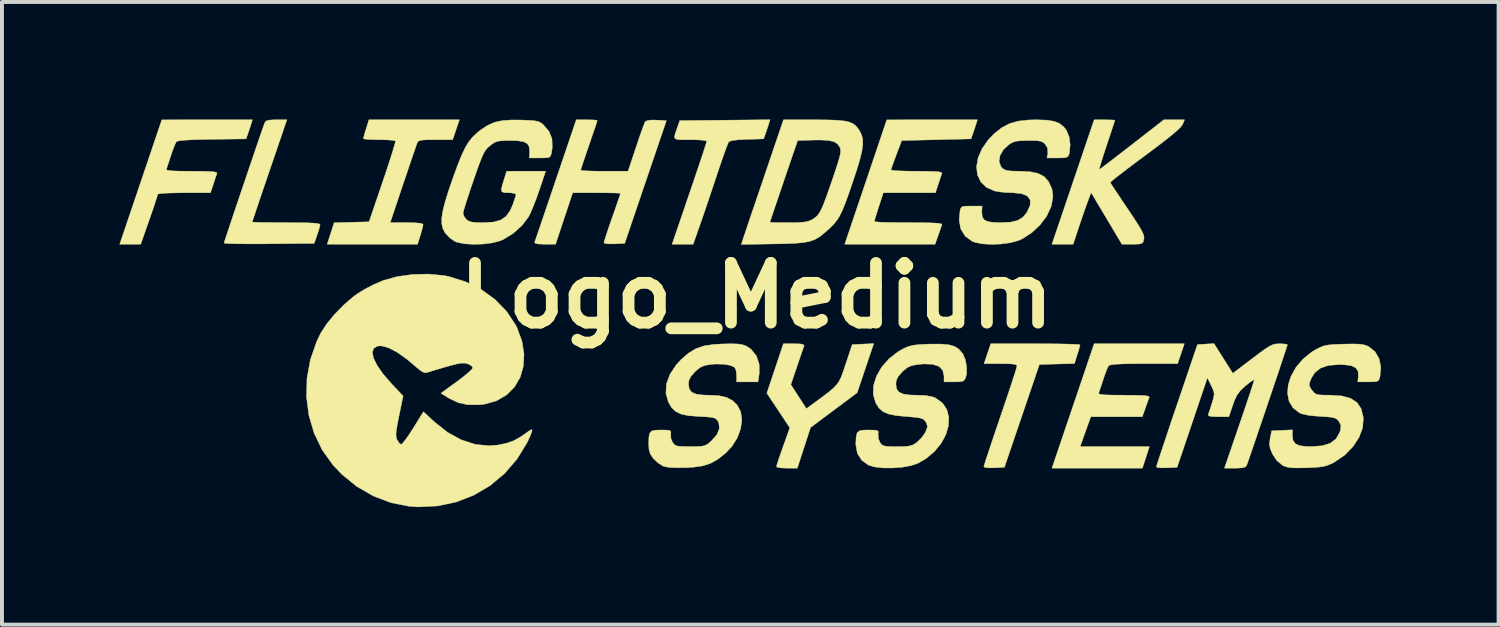
<source format=kicad_pcb>
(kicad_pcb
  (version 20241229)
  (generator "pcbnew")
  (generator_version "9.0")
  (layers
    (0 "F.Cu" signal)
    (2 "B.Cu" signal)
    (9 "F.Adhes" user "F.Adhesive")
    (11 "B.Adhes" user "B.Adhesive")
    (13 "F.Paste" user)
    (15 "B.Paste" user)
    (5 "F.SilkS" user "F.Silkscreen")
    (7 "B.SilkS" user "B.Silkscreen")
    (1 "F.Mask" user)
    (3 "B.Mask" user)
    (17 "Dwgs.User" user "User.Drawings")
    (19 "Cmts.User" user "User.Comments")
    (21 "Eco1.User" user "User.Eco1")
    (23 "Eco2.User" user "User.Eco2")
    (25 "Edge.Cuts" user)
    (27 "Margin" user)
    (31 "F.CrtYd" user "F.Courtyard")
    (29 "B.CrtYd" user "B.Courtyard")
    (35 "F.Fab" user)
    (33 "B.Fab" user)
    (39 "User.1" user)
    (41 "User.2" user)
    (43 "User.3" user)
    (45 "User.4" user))
  (footprint "Logo_Medium"
    (layer "F.Cu")
    (at 16.256 4.494)
    (property "Reference" "Logo_Medium" (at 0 0 0) (layer "F.SilkS") (effects (font (size 1.524 1.524) (thickness 0.3))))
    (attr through_hole)
    (fp_poly (pts (xy 2.779 1.85) (xy 2.568 2.477) (xy 1.973 2.921) (xy 1.378 3.365) (xy 1.04 4.403) (xy 0.774 4.403) (xy 0.636 4.397) (xy 0.54 4.382) (xy 0.508 4.364) (xy 0.522 4.311) (xy 0.558 4.195) (xy 0.613 4.035) (xy 0.679 3.849) (xy 0.849 3.372) (xy 0.556 2.931) (xy 0.263 2.489) (xy 0.474 1.858) (xy 0.685 1.228) (xy 0.96 1.228) (xy 1.115 1.232) (xy 1.196 1.248) (xy 1.215 1.276) (xy 1.213 1.281) (xy 1.192 1.34) (xy 1.15 1.461) (xy 1.093 1.627) (xy 1.034 1.802) (xy 0.875 2.271) (xy 1.272 2.884) (xy 1.451 2.753) (xy 1.674 2.589) (xy 1.841 2.463) (xy 1.962 2.36) (xy 2.049 2.268) (xy 2.113 2.174) (xy 2.166 2.062) (xy 2.217 1.921) (xy 2.274 1.75) (xy 2.441 1.249) (xy 2.99 1.224) (xy 2.779 1.85)) (stroke (width 0.01) (type solid)) (fill yes) (layer "F.SilkS"))
    (fp_poly (pts (xy 7.417 1.229) (xy 7.687 1.231) (xy 7.918 1.236) (xy 8.096 1.241) (xy 8.212 1.248) (xy 8.255 1.255) (xy 8.255 1.256) (xy 8.243 1.309) (xy 8.213 1.415) (xy 8.184 1.508) (xy 8.113 1.733) (xy 7.666 1.745) (xy 7.218 1.757) (xy 6.771 3.069) (xy 6.325 4.381) (xy 6.062 4.394) (xy 5.922 4.395) (xy 5.828 4.384) (xy 5.8 4.366) (xy 5.813 4.317) (xy 5.85 4.199) (xy 5.909 4.02) (xy 5.985 3.791) (xy 6.075 3.523) (xy 6.176 3.225) (xy 6.223 3.088) (xy 6.328 2.779) (xy 6.424 2.495) (xy 6.506 2.245) (xy 6.573 2.041) (xy 6.62 1.891) (xy 6.644 1.807) (xy 6.646 1.793) (xy 6.627 1.766) (xy 6.562 1.748) (xy 6.437 1.739) (xy 6.242 1.736) (xy 6.226 1.736) (xy 5.805 1.736) (xy 5.977 1.228) (xy 7.116 1.228) (xy 7.417 1.229)) (stroke (width 0.01) (type solid)) (fill yes) (layer "F.SilkS"))
    (fp_poly (pts (xy 10.831 1.482) (xy 10.745 1.736) (xy 9.886 1.736) (xy 9.57 1.737) (xy 9.331 1.742) (xy 9.16 1.751) (xy 9.051 1.764) (xy 8.994 1.781) (xy 8.985 1.789) (xy 8.952 1.853) (xy 8.904 1.974) (xy 8.851 2.125) (xy 8.847 2.138) (xy 8.797 2.29) (xy 8.756 2.414) (xy 8.732 2.484) (xy 8.731 2.487) (xy 8.742 2.508) (xy 8.8 2.523) (xy 8.914 2.533) (xy 9.092 2.538) (xy 9.345 2.54) (xy 9.377 2.54) (xy 9.638 2.542) (xy 9.824 2.547) (xy 9.944 2.556) (xy 10.007 2.57) (xy 10.023 2.59) (xy 10.022 2.593) (xy 9.997 2.66) (xy 9.955 2.777) (xy 9.923 2.868) (xy 9.844 3.09) (xy 8.529 3.09) (xy 8.393 3.471) (xy 8.258 3.852) (xy 10.025 3.852) (xy 9.936 4.128) (xy 9.846 4.403) (xy 7.538 4.403) (xy 8.077 2.815) (xy 8.615 1.228) (xy 9.766 1.228) (xy 10.916 1.228) (xy 10.831 1.482)) (stroke (width 0.01) (type solid)) (fill yes) (layer "F.SilkS"))
    (fp_poly (pts (xy 0.315 -4.393) (xy 0.28 -4.286) (xy 0.236 -4.157) (xy 0.233 -4.149) (xy 0.182 -4) (xy -0.244 -3.988) (xy -0.466 -3.977) (xy -0.622 -3.957) (xy -0.703 -3.931) (xy -0.71 -3.925) (xy -0.735 -3.87) (xy -0.782 -3.748) (xy -0.845 -3.572) (xy -0.92 -3.355) (xy -1.003 -3.109) (xy -1.016 -3.069) (xy -1.112 -2.782) (xy -1.212 -2.484) (xy -1.308 -2.199) (xy -1.393 -1.951) (xy -1.45 -1.789) (xy -1.617 -1.312) (xy -2.155 -1.312) (xy -1.713 -2.608) (xy -1.605 -2.923) (xy -1.508 -3.212) (xy -1.422 -3.467) (xy -1.353 -3.677) (xy -1.303 -3.832) (xy -1.275 -3.922) (xy -1.27 -3.941) (xy -1.309 -3.957) (xy -1.415 -3.97) (xy -1.571 -3.978) (xy -1.696 -3.979) (xy -1.894 -3.978) (xy -2.018 -3.983) (xy -2.081 -4.007) (xy -2.094 -4.061) (xy -2.068 -4.158) (xy -2.014 -4.31) (xy -2.011 -4.318) (xy -1.96 -4.466) (xy -0.808 -4.477) (xy 0.345 -4.489) (xy 0.315 -4.393)) (stroke (width 0.01) (type solid)) (fill yes) (layer "F.SilkS"))
    (fp_poly (pts (xy -7.755 -3.979) (xy -8.191 -3.979) (xy -8.391 -3.978) (xy -8.523 -3.97) (xy -8.601 -3.955) (xy -8.642 -3.93) (xy -8.657 -3.905) (xy -8.679 -3.846) (xy -8.723 -3.718) (xy -8.786 -3.534) (xy -8.864 -3.305) (xy -8.952 -3.044) (xy -9.019 -2.847) (xy -9.349 -1.863) (xy -8.929 -1.863) (xy -8.713 -1.859) (xy -8.577 -1.846) (xy -8.514 -1.825) (xy -8.509 -1.813) (xy -8.521 -1.748) (xy -8.552 -1.632) (xy -8.58 -1.538) (xy -8.651 -1.312) (xy -10.957 -1.312) (xy -10.868 -1.586) (xy -10.779 -1.86) (xy -10.333 -1.872) (xy -9.888 -1.884) (xy -9.542 -2.9) (xy -9.448 -3.178) (xy -9.366 -3.429) (xy -9.298 -3.643) (xy -9.248 -3.808) (xy -9.219 -3.913) (xy -9.215 -3.948) (xy -9.262 -3.961) (xy -9.375 -3.972) (xy -9.534 -3.978) (xy -9.633 -3.979) (xy -9.806 -3.982) (xy -9.941 -3.989) (xy -10.02 -4) (xy -10.033 -4.007) (xy -10.021 -4.06) (xy -9.991 -4.167) (xy -9.962 -4.261) (xy -9.891 -4.487) (xy -7.583 -4.487) (xy -7.755 -3.979)) (stroke (width 0.01) (type solid)) (fill yes) (layer "F.SilkS"))
    (fp_poly (pts (xy -12.894 -4.392) (xy -12.928 -4.286) (xy -12.972 -4.157) (xy -12.975 -4.149) (xy -13.026 -4) (xy -13.896 -3.989) (xy -14.221 -3.983) (xy -14.468 -3.974) (xy -14.643 -3.963) (xy -14.753 -3.948) (xy -14.804 -3.928) (xy -14.807 -3.926) (xy -14.839 -3.861) (xy -14.887 -3.741) (xy -14.94 -3.59) (xy -14.944 -3.577) (xy -14.994 -3.425) (xy -15.035 -3.301) (xy -15.059 -3.231) (xy -15.06 -3.228) (xy -15.049 -3.207) (xy -14.991 -3.192) (xy -14.878 -3.182) (xy -14.699 -3.177) (xy -14.446 -3.175) (xy -14.415 -3.175) (xy -14.153 -3.173) (xy -13.967 -3.168) (xy -13.847 -3.159) (xy -13.784 -3.145) (xy -13.768 -3.125) (xy -13.769 -3.122) (xy -13.792 -3.054) (xy -13.832 -2.936) (xy -13.861 -2.847) (xy -13.934 -2.625) (xy -14.608 -2.625) (xy -14.848 -2.622) (xy -15.046 -2.616) (xy -15.191 -2.606) (xy -15.271 -2.593) (xy -15.282 -2.585) (xy -15.296 -2.534) (xy -15.333 -2.417) (xy -15.388 -2.25) (xy -15.457 -2.048) (xy -15.499 -1.929) (xy -15.715 -1.312) (xy -16.251 -1.312) (xy -15.177 -4.486) (xy -12.864 -4.487) (xy -12.894 -4.392)) (stroke (width 0.01) (type solid)) (fill yes) (layer "F.SilkS"))
    (fp_poly (pts (xy -12.427 -3.193) (xy -12.534 -2.879) (xy -12.632 -2.591) (xy -12.717 -2.34) (xy -12.786 -2.134) (xy -12.837 -1.983) (xy -12.865 -1.897) (xy -12.869 -1.88) (xy -12.829 -1.875) (xy -12.717 -1.87) (xy -12.545 -1.867) (xy -12.326 -1.864) (xy -12.072 -1.863) (xy -12.002 -1.863) (xy -11.695 -1.861) (xy -11.464 -1.858) (xy -11.302 -1.85) (xy -11.199 -1.84) (xy -11.147 -1.824) (xy -11.137 -1.81) (xy -11.152 -1.742) (xy -11.187 -1.626) (xy -11.215 -1.545) (xy -11.289 -1.333) (xy -12.439 -1.322) (xy -12.741 -1.32) (xy -13.014 -1.321) (xy -13.245 -1.323) (xy -13.426 -1.327) (xy -13.544 -1.333) (xy -13.589 -1.34) (xy -13.589 -1.34) (xy -13.576 -1.384) (xy -13.539 -1.497) (xy -13.482 -1.669) (xy -13.409 -1.889) (xy -13.323 -2.146) (xy -13.227 -2.43) (xy -13.126 -2.73) (xy -13.022 -3.035) (xy -12.921 -3.335) (xy -12.824 -3.619) (xy -12.737 -3.876) (xy -12.661 -4.096) (xy -12.602 -4.267) (xy -12.562 -4.38) (xy -12.55 -4.413) (xy -12.517 -4.455) (xy -12.447 -4.478) (xy -12.318 -4.487) (xy -12.253 -4.487) (xy -11.985 -4.487) (xy -12.427 -3.193)) (stroke (width 0.01) (type solid)) (fill yes) (layer "F.SilkS"))
    (fp_poly (pts (xy 5.606 -4.392) (xy 5.571 -4.286) (xy 5.528 -4.157) (xy 5.525 -4.149) (xy 5.474 -4) (xy 4.589 -3.979) (xy 3.704 -3.958) (xy 3.568 -3.598) (xy 3.508 -3.436) (xy 3.461 -3.304) (xy 3.434 -3.222) (xy 3.431 -3.207) (xy 3.47 -3.196) (xy 3.58 -3.187) (xy 3.746 -3.18) (xy 3.953 -3.176) (xy 4.09 -3.175) (xy 4.35 -3.173) (xy 4.535 -3.168) (xy 4.654 -3.159) (xy 4.716 -3.145) (xy 4.732 -3.124) (xy 4.731 -3.122) (xy 4.707 -3.054) (xy 4.668 -2.936) (xy 4.638 -2.847) (xy 4.565 -2.625) (xy 3.235 -2.625) (xy 3.12 -2.273) (xy 3.069 -2.112) (xy 3.029 -1.982) (xy 3.008 -1.904) (xy 3.006 -1.892) (xy 3.046 -1.883) (xy 3.158 -1.875) (xy 3.33 -1.869) (xy 3.55 -1.865) (xy 3.804 -1.863) (xy 3.878 -1.863) (xy 4.183 -1.862) (xy 4.411 -1.858) (xy 4.572 -1.851) (xy 4.673 -1.841) (xy 4.723 -1.827) (xy 4.731 -1.81) (xy 4.707 -1.742) (xy 4.666 -1.625) (xy 4.634 -1.535) (xy 4.555 -1.312) (xy 2.25 -1.312) (xy 2.787 -2.899) (xy 3.323 -4.486) (xy 5.636 -4.487) (xy 5.606 -4.392)) (stroke (width 0.01) (type solid)) (fill yes) (layer "F.SilkS"))
    (fp_poly (pts (xy 10.869 -4.364) (xy 10.819 -4.297) (xy 10.708 -4.192) (xy 10.535 -4.048) (xy 10.297 -3.862) (xy 9.99 -3.632) (xy 9.915 -3.576) (xy 9.675 -3.398) (xy 9.46 -3.236) (xy 9.279 -3.097) (xy 9.141 -2.988) (xy 9.053 -2.915) (xy 9.026 -2.885) (xy 9.052 -2.843) (xy 9.118 -2.742) (xy 9.217 -2.594) (xy 9.339 -2.41) (xy 9.475 -2.209) (xy 9.631 -1.975) (xy 9.745 -1.798) (xy 9.821 -1.669) (xy 9.866 -1.576) (xy 9.887 -1.508) (xy 9.887 -1.453) (xy 9.884 -1.436) (xy 9.865 -1.369) (xy 9.831 -1.332) (xy 9.76 -1.316) (xy 9.632 -1.312) (xy 9.59 -1.312) (xy 9.324 -1.312) (xy 8.93 -1.972) (xy 8.537 -2.631) (xy 8.46 -2.427) (xy 8.413 -2.3) (xy 8.35 -2.12) (xy 8.28 -1.914) (xy 8.23 -1.767) (xy 8.079 -1.312) (xy 7.538 -1.312) (xy 8.077 -2.9) (xy 8.615 -4.487) (xy 8.879 -4.487) (xy 9.017 -4.485) (xy 9.112 -4.481) (xy 9.144 -4.475) (xy 9.131 -4.433) (xy 9.096 -4.325) (xy 9.043 -4.164) (xy 8.977 -3.965) (xy 8.935 -3.84) (xy 8.865 -3.627) (xy 8.807 -3.445) (xy 8.766 -3.309) (xy 8.745 -3.23) (xy 8.744 -3.217) (xy 8.781 -3.242) (xy 8.875 -3.312) (xy 9.017 -3.42) (xy 9.198 -3.559) (xy 9.409 -3.722) (xy 9.577 -3.852) (xy 10.393 -4.487) (xy 10.658 -4.487) (xy 10.922 -4.487) (xy 10.869 -4.364)) (stroke (width 0.01) (type solid)) (fill yes) (layer "F.SilkS"))
    (fp_poly (pts (xy -4.194 -4.485) (xy -4.097 -4.478) (xy -4.064 -4.47) (xy -4.077 -4.426) (xy -4.113 -4.316) (xy -4.168 -4.155) (xy -4.236 -3.956) (xy -4.276 -3.839) (xy -4.349 -3.626) (xy -4.411 -3.441) (xy -4.458 -3.3) (xy -4.484 -3.217) (xy -4.487 -3.201) (xy -4.448 -3.192) (xy -4.338 -3.184) (xy -4.174 -3.178) (xy -3.97 -3.175) (xy -3.883 -3.175) (xy -3.279 -3.175) (xy -3.078 -3.778) (xy -3.006 -3.994) (xy -2.94 -4.183) (xy -2.886 -4.33) (xy -2.851 -4.419) (xy -2.843 -4.437) (xy -2.779 -4.471) (xy -2.644 -4.482) (xy -2.554 -4.479) (xy -2.3 -4.466) (xy -2.833 -2.9) (xy -3.365 -1.333) (xy -3.63 -1.321) (xy -3.776 -1.32) (xy -3.869 -1.332) (xy -3.895 -1.35) (xy -3.881 -1.403) (xy -3.844 -1.52) (xy -3.789 -1.688) (xy -3.72 -1.889) (xy -3.683 -1.994) (xy -3.609 -2.204) (xy -3.547 -2.384) (xy -3.5 -2.52) (xy -3.475 -2.598) (xy -3.471 -2.61) (xy -3.511 -2.615) (xy -3.621 -2.62) (xy -3.785 -2.623) (xy -3.989 -2.624) (xy -4.082 -2.625) (xy -4.692 -2.625) (xy -4.911 -1.968) (xy -5.129 -1.312) (xy -5.406 -1.312) (xy -5.561 -1.317) (xy -5.643 -1.333) (xy -5.663 -1.361) (xy -5.662 -1.365) (xy -5.644 -1.416) (xy -5.602 -1.538) (xy -5.539 -1.722) (xy -5.459 -1.959) (xy -5.363 -2.239) (xy -5.256 -2.555) (xy -5.14 -2.896) (xy -5.121 -2.953) (xy -4.601 -4.487) (xy -4.333 -4.487) (xy -4.194 -4.485)) (stroke (width 0.01) (type solid)) (fill yes) (layer "F.SilkS"))
    (fp_poly (pts (xy 11.913 1.603) (xy 12.153 1.983) (xy 12.649 1.606) (xy 12.845 1.458) (xy 12.988 1.355) (xy 13.095 1.288) (xy 13.178 1.25) (xy 13.254 1.233) (xy 13.335 1.228) (xy 13.346 1.228) (xy 13.463 1.233) (xy 13.535 1.245) (xy 13.547 1.254) (xy 13.534 1.297) (xy 13.497 1.41) (xy 13.44 1.581) (xy 13.367 1.801) (xy 13.281 2.058) (xy 13.185 2.342) (xy 13.084 2.641) (xy 12.981 2.947) (xy 12.879 3.246) (xy 12.783 3.53) (xy 12.695 3.788) (xy 12.62 4.007) (xy 12.561 4.179) (xy 12.521 4.292) (xy 12.508 4.329) (xy 12.475 4.371) (xy 12.404 4.393) (xy 12.276 4.402) (xy 12.21 4.403) (xy 11.94 4.403) (xy 12.32 3.296) (xy 12.42 3.005) (xy 12.509 2.74) (xy 12.585 2.512) (xy 12.645 2.33) (xy 12.684 2.206) (xy 12.7 2.151) (xy 12.7 2.15) (xy 12.671 2.155) (xy 12.595 2.206) (xy 12.488 2.292) (xy 12.478 2.3) (xy 12.349 2.42) (xy 12.263 2.534) (xy 12.195 2.676) (xy 12.154 2.79) (xy 12.052 3.09) (xy 11.779 3.09) (xy 11.624 3.086) (xy 11.543 3.07) (xy 11.525 3.041) (xy 11.526 3.037) (xy 11.549 2.97) (xy 11.588 2.852) (xy 11.623 2.74) (xy 11.664 2.603) (xy 11.678 2.512) (xy 11.664 2.432) (xy 11.619 2.33) (xy 11.602 2.296) (xy 11.505 2.095) (xy 10.732 4.381) (xy 10.467 4.394) (xy 10.33 4.395) (xy 10.234 4.387) (xy 10.202 4.371) (xy 10.216 4.325) (xy 10.253 4.207) (xy 10.312 4.027) (xy 10.39 3.793) (xy 10.483 3.515) (xy 10.588 3.201) (xy 10.703 2.861) (xy 10.727 2.792) (xy 11.251 1.249) (xy 11.462 1.236) (xy 11.674 1.224) (xy 11.913 1.603)) (stroke (width 0.01) (type solid)) (fill yes) (layer "F.SilkS"))
    (fp_poly (pts (xy 1.79 -4.485) (xy 2.037 -4.477) (xy 2.224 -4.459) (xy 2.362 -4.43) (xy 2.464 -4.386) (xy 2.542 -4.323) (xy 2.607 -4.24) (xy 2.628 -4.207) (xy 2.68 -4.104) (xy 2.708 -3.992) (xy 2.711 -3.858) (xy 2.688 -3.691) (xy 2.638 -3.479) (xy 2.558 -3.211) (xy 2.455 -2.902) (xy 2.351 -2.597) (xy 2.265 -2.361) (xy 2.191 -2.179) (xy 2.123 -2.039) (xy 2.054 -1.928) (xy 1.978 -1.833) (xy 1.887 -1.74) (xy 1.845 -1.701) (xy 1.714 -1.585) (xy 1.598 -1.495) (xy 1.483 -1.43) (xy 1.353 -1.384) (xy 1.195 -1.354) (xy 0.994 -1.336) (xy 0.736 -1.325) (xy 0.451 -1.32) (xy -0.389 -1.306) (xy -0.358 -1.404) (xy -0.338 -1.466) (xy -0.293 -1.598) (xy -0.228 -1.791) (xy -0.201 -1.873) (xy 0.34 -1.873) (xy 0.379 -1.869) (xy 0.486 -1.866) (xy 0.644 -1.863) (xy 0.815 -1.863) (xy 1.036 -1.865) (xy 1.192 -1.874) (xy 1.301 -1.892) (xy 1.383 -1.922) (xy 1.426 -1.945) (xy 1.495 -1.991) (xy 1.553 -2.043) (xy 1.605 -2.113) (xy 1.658 -2.212) (xy 1.718 -2.352) (xy 1.79 -2.545) (xy 1.879 -2.8) (xy 1.93 -2.947) (xy 2.019 -3.21) (xy 2.082 -3.405) (xy 2.122 -3.546) (xy 2.142 -3.645) (xy 2.145 -3.714) (xy 2.134 -3.766) (xy 2.126 -3.784) (xy 2.068 -3.87) (xy 1.976 -3.928) (xy 1.837 -3.96) (xy 1.638 -3.972) (xy 1.449 -3.97) (xy 1.048 -3.958) (xy 0.694 -2.921) (xy 0.599 -2.641) (xy 0.514 -2.39) (xy 0.441 -2.176) (xy 0.386 -2.012) (xy 0.351 -1.907) (xy 0.34 -1.873) (xy -0.201 -1.873) (xy -0.146 -2.036) (xy -0.049 -2.322) (xy 0.06 -2.641) (xy 0.176 -2.982) (xy 0.18 -2.995) (xy 0.687 -4.487) (xy 1.47 -4.487) (xy 1.79 -4.485)) (stroke (width 0.01) (type solid)) (fill yes) (layer "F.SilkS"))
    (fp_poly (pts (xy 7.399 -4.479) (xy 7.59 -4.449) (xy 7.732 -4.393) (xy 7.841 -4.303) (xy 7.906 -4.22) (xy 7.976 -4.054) (xy 8.003 -3.847) (xy 7.981 -3.634) (xy 7.974 -3.609) (xy 7.952 -3.557) (xy 7.907 -3.528) (xy 7.817 -3.516) (xy 7.68 -3.514) (xy 7.41 -3.514) (xy 7.434 -3.632) (xy 7.425 -3.767) (xy 7.373 -3.854) (xy 7.324 -3.905) (xy 7.266 -3.936) (xy 7.178 -3.952) (xy 7.038 -3.957) (xy 6.935 -3.958) (xy 6.749 -3.954) (xy 6.622 -3.94) (xy 6.53 -3.91) (xy 6.447 -3.861) (xy 6.444 -3.859) (xy 6.297 -3.722) (xy 6.211 -3.571) (xy 6.189 -3.423) (xy 6.238 -3.292) (xy 6.265 -3.26) (xy 6.321 -3.217) (xy 6.396 -3.192) (xy 6.512 -3.179) (xy 6.69 -3.175) (xy 6.714 -3.175) (xy 6.985 -3.161) (xy 7.189 -3.117) (xy 7.339 -3.037) (xy 7.447 -2.917) (xy 7.456 -2.903) (xy 7.541 -2.714) (xy 7.563 -2.519) (xy 7.522 -2.293) (xy 7.51 -2.256) (xy 7.402 -2.026) (xy 7.231 -1.801) (xy 7.018 -1.603) (xy 6.783 -1.451) (xy 6.676 -1.404) (xy 6.474 -1.349) (xy 6.236 -1.317) (xy 5.989 -1.308) (xy 5.759 -1.322) (xy 5.571 -1.36) (xy 5.504 -1.386) (xy 5.323 -1.519) (xy 5.212 -1.7) (xy 5.17 -1.926) (xy 5.191 -2.154) (xy 5.209 -2.225) (xy 5.24 -2.265) (xy 5.307 -2.282) (xy 5.429 -2.286) (xy 5.486 -2.286) (xy 5.755 -2.286) (xy 5.749 -2.132) (xy 5.759 -2.015) (xy 5.806 -1.936) (xy 5.904 -1.889) (xy 6.064 -1.867) (xy 6.233 -1.863) (xy 6.479 -1.875) (xy 6.661 -1.918) (xy 6.794 -1.998) (xy 6.896 -2.12) (xy 6.902 -2.129) (xy 6.981 -2.304) (xy 6.984 -2.442) (xy 6.912 -2.542) (xy 6.766 -2.603) (xy 6.545 -2.625) (xy 6.537 -2.625) (xy 6.358 -2.632) (xy 6.185 -2.65) (xy 6.075 -2.671) (xy 5.867 -2.763) (xy 5.721 -2.904) (xy 5.637 -3.082) (xy 5.614 -3.289) (xy 5.653 -3.514) (xy 5.754 -3.747) (xy 5.916 -3.979) (xy 6.067 -4.134) (xy 6.258 -4.286) (xy 6.456 -4.391) (xy 6.681 -4.454) (xy 6.955 -4.483) (xy 7.142 -4.487) (xy 7.399 -4.479)) (stroke (width 0.01) (type solid)) (fill yes) (layer "F.SilkS"))
    (fp_poly (pts (xy -5.999 -4.481) (xy -5.795 -4.472) (xy -5.657 -4.461) (xy -5.565 -4.441) (xy -5.5 -4.41) (xy -5.442 -4.363) (xy -5.439 -4.36) (xy -5.294 -4.187) (xy -5.22 -3.999) (xy -5.213 -3.776) (xy -5.233 -3.646) (xy -5.251 -3.574) (xy -5.283 -3.535) (xy -5.349 -3.518) (xy -5.471 -3.514) (xy -5.529 -3.514) (xy -5.797 -3.514) (xy -5.791 -3.664) (xy -5.8 -3.791) (xy -5.846 -3.876) (xy -5.94 -3.928) (xy -6.096 -3.952) (xy -6.285 -3.958) (xy -6.463 -3.955) (xy -6.583 -3.944) (xy -6.669 -3.917) (xy -6.748 -3.869) (xy -6.802 -3.827) (xy -6.861 -3.776) (xy -6.911 -3.718) (xy -6.959 -3.64) (xy -7.01 -3.53) (xy -7.071 -3.376) (xy -7.147 -3.164) (xy -7.225 -2.939) (xy -7.308 -2.697) (xy -7.38 -2.478) (xy -7.437 -2.298) (xy -7.475 -2.169) (xy -7.49 -2.106) (xy -7.49 -2.106) (xy -7.464 -2.023) (xy -7.408 -1.947) (xy -7.351 -1.904) (xy -7.274 -1.878) (xy -7.154 -1.866) (xy -6.974 -1.863) (xy -6.719 -1.877) (xy -6.53 -1.928) (xy -6.391 -2.023) (xy -6.286 -2.172) (xy -6.226 -2.308) (xy -6.179 -2.441) (xy -6.147 -2.543) (xy -6.138 -2.584) (xy -6.176 -2.608) (xy -6.272 -2.623) (xy -6.329 -2.625) (xy -6.437 -2.628) (xy -6.496 -2.65) (xy -6.512 -2.706) (xy -6.49 -2.813) (xy -6.448 -2.949) (xy -6.377 -3.175) (xy -5.879 -3.175) (xy -5.382 -3.175) (xy -5.547 -2.684) (xy -5.622 -2.472) (xy -5.7 -2.272) (xy -5.77 -2.107) (xy -5.819 -2.01) (xy -5.988 -1.788) (xy -6.211 -1.588) (xy -6.458 -1.436) (xy -6.546 -1.398) (xy -6.74 -1.347) (xy -6.972 -1.317) (xy -7.215 -1.309) (xy -7.443 -1.322) (xy -7.63 -1.358) (xy -7.704 -1.386) (xy -7.827 -1.473) (xy -7.937 -1.589) (xy -7.951 -1.609) (xy -8.005 -1.712) (xy -8.033 -1.833) (xy -8.033 -1.982) (xy -8.004 -2.168) (xy -7.944 -2.403) (xy -7.853 -2.696) (xy -7.746 -3.006) (xy -7.63 -3.324) (xy -7.53 -3.573) (xy -7.438 -3.768) (xy -7.346 -3.921) (xy -7.247 -4.045) (xy -7.133 -4.154) (xy -7.034 -4.232) (xy -6.862 -4.345) (xy -6.688 -4.422) (xy -6.49 -4.466) (xy -6.248 -4.483) (xy -5.999 -4.481)) (stroke (width 0.01) (type solid)) (fill yes) (layer "F.SilkS"))
    (fp_poly (pts (xy 15.371 1.237) (xy 15.485 1.251) (xy 15.572 1.277) (xy 15.62 1.3) (xy 15.782 1.429) (xy 15.887 1.61) (xy 15.931 1.829) (xy 15.908 2.068) (xy 15.904 2.085) (xy 15.882 2.148) (xy 15.844 2.183) (xy 15.768 2.198) (xy 15.632 2.201) (xy 15.608 2.201) (xy 15.342 2.201) (xy 15.358 2.063) (xy 15.351 1.931) (xy 15.29 1.84) (xy 15.168 1.785) (xy 14.975 1.761) (xy 14.863 1.759) (xy 14.595 1.781) (xy 14.392 1.849) (xy 14.246 1.965) (xy 14.165 2.092) (xy 14.114 2.212) (xy 14.104 2.292) (xy 14.139 2.367) (xy 14.185 2.428) (xy 14.233 2.482) (xy 14.287 2.516) (xy 14.368 2.533) (xy 14.496 2.539) (xy 14.64 2.54) (xy 14.936 2.56) (xy 15.162 2.622) (xy 15.324 2.73) (xy 15.429 2.888) (xy 15.481 3.101) (xy 15.484 3.125) (xy 15.467 3.367) (xy 15.376 3.614) (xy 15.222 3.851) (xy 15.013 4.065) (xy 14.76 4.241) (xy 14.712 4.267) (xy 14.603 4.318) (xy 14.495 4.352) (xy 14.365 4.374) (xy 14.19 4.386) (xy 14.034 4.393) (xy 13.816 4.397) (xy 13.663 4.394) (xy 13.554 4.379) (xy 13.469 4.352) (xy 13.42 4.328) (xy 13.274 4.206) (xy 13.17 4.047) (xy 13.11 3.91) (xy 13.089 3.801) (xy 13.101 3.676) (xy 13.106 3.647) (xy 13.145 3.45) (xy 13.409 3.438) (xy 13.674 3.425) (xy 13.674 3.569) (xy 13.69 3.695) (xy 13.747 3.779) (xy 13.857 3.828) (xy 14.032 3.85) (xy 14.155 3.852) (xy 14.43 3.832) (xy 14.637 3.769) (xy 14.784 3.659) (xy 14.879 3.496) (xy 14.899 3.436) (xy 14.914 3.32) (xy 14.872 3.223) (xy 14.857 3.203) (xy 14.81 3.154) (xy 14.751 3.122) (xy 14.659 3.102) (xy 14.516 3.089) (xy 14.384 3.082) (xy 14.11 3.059) (xy 13.917 3.017) (xy 13.852 2.99) (xy 13.689 2.863) (xy 13.589 2.694) (xy 13.55 2.495) (xy 13.568 2.277) (xy 13.641 2.052) (xy 13.765 1.831) (xy 13.938 1.626) (xy 14.156 1.446) (xy 14.273 1.375) (xy 14.379 1.32) (xy 14.476 1.283) (xy 14.585 1.26) (xy 14.728 1.247) (xy 14.929 1.238) (xy 14.986 1.237) (xy 15.211 1.233) (xy 15.371 1.237)) (stroke (width 0.01) (type solid)) (fill yes) (layer "F.SilkS"))
    (fp_poly (pts (xy -0.486 1.233) (xy -0.361 1.251) (xy -0.264 1.286) (xy -0.178 1.341) (xy -0.131 1.379) (xy -0.001 1.541) (xy 0.067 1.751) (xy 0.069 1.991) (xy 0.066 2.007) (xy 0.037 2.201) (xy -0.508 2.201) (xy -0.508 2.037) (xy -0.521 1.92) (xy -0.552 1.839) (xy -0.561 1.829) (xy -0.671 1.779) (xy -0.839 1.75) (xy -1.041 1.745) (xy -1.174 1.756) (xy -1.333 1.785) (xy -1.447 1.837) (xy -1.559 1.93) (xy -1.576 1.947) (xy -1.679 2.065) (xy -1.727 2.169) (xy -1.736 2.257) (xy -1.718 2.38) (xy -1.658 2.463) (xy -1.544 2.513) (xy -1.365 2.536) (xy -1.217 2.54) (xy -0.959 2.553) (xy -0.764 2.597) (xy -0.612 2.679) (xy -0.495 2.791) (xy -0.404 2.963) (xy -0.375 3.17) (xy -0.406 3.398) (xy -0.492 3.629) (xy -0.63 3.849) (xy -0.788 4.017) (xy -0.983 4.172) (xy -1.169 4.278) (xy -1.372 4.344) (xy -1.617 4.379) (xy -1.82 4.39) (xy -2.072 4.392) (xy -2.252 4.381) (xy -2.373 4.354) (xy -2.394 4.345) (xy -2.507 4.273) (xy -2.62 4.17) (xy -2.637 4.151) (xy -2.71 4.045) (xy -2.744 3.931) (xy -2.752 3.789) (xy -2.748 3.615) (xy -2.726 3.508) (xy -2.672 3.453) (xy -2.571 3.432) (xy -2.436 3.429) (xy -2.292 3.431) (xy -2.214 3.441) (xy -2.186 3.467) (xy -2.188 3.518) (xy -2.191 3.535) (xy -2.183 3.65) (xy -2.142 3.746) (xy -2.103 3.797) (xy -2.055 3.828) (xy -1.979 3.845) (xy -1.854 3.851) (xy -1.692 3.852) (xy -1.511 3.851) (xy -1.39 3.843) (xy -1.307 3.821) (xy -1.237 3.78) (xy -1.157 3.712) (xy -1.146 3.702) (xy -1.008 3.542) (xy -0.947 3.387) (xy -0.965 3.243) (xy -0.989 3.199) (xy -1.026 3.153) (xy -1.077 3.123) (xy -1.16 3.104) (xy -1.293 3.092) (xy -1.469 3.083) (xy -1.729 3.064) (xy -1.922 3.024) (xy -2.063 2.957) (xy -2.168 2.856) (xy -2.25 2.718) (xy -2.313 2.493) (xy -2.299 2.253) (xy -2.209 2.007) (xy -2.047 1.763) (xy -1.923 1.629) (xy -1.735 1.466) (xy -1.549 1.354) (xy -1.343 1.283) (xy -1.091 1.245) (xy -0.897 1.234) (xy -0.659 1.229) (xy -0.486 1.233)) (stroke (width 0.01) (type solid)) (fill yes) (layer "F.SilkS"))
    (fp_poly (pts (xy 4.906 1.254) (xy 5.05 1.294) (xy 5.159 1.363) (xy 5.248 1.464) (xy 5.268 1.493) (xy 5.327 1.634) (xy 5.36 1.812) (xy 5.361 1.986) (xy 5.339 2.085) (xy 5.307 2.15) (xy 5.261 2.185) (xy 5.177 2.199) (xy 5.039 2.201) (xy 4.784 2.201) (xy 4.784 2.056) (xy 4.752 1.906) (xy 4.655 1.805) (xy 4.491 1.751) (xy 4.259 1.743) (xy 4.118 1.756) (xy 3.959 1.785) (xy 3.844 1.837) (xy 3.733 1.93) (xy 3.716 1.947) (xy 3.613 2.065) (xy 3.565 2.169) (xy 3.556 2.257) (xy 3.573 2.379) (xy 3.632 2.461) (xy 3.743 2.512) (xy 3.919 2.536) (xy 4.084 2.54) (xy 4.319 2.55) (xy 4.49 2.582) (xy 4.571 2.614) (xy 4.747 2.743) (xy 4.858 2.911) (xy 4.906 3.109) (xy 4.896 3.325) (xy 4.83 3.549) (xy 4.711 3.769) (xy 4.542 3.975) (xy 4.326 4.157) (xy 4.115 4.28) (xy 3.939 4.339) (xy 3.714 4.379) (xy 3.466 4.398) (xy 3.222 4.396) (xy 3.008 4.371) (xy 2.857 4.325) (xy 2.682 4.199) (xy 2.572 4.022) (xy 2.533 3.803) (xy 2.533 3.78) (xy 2.541 3.608) (xy 2.566 3.504) (xy 2.624 3.451) (xy 2.731 3.431) (xy 2.854 3.429) (xy 2.999 3.431) (xy 3.077 3.441) (xy 3.106 3.467) (xy 3.104 3.517) (xy 3.101 3.535) (xy 3.109 3.65) (xy 3.15 3.746) (xy 3.189 3.798) (xy 3.238 3.829) (xy 3.317 3.845) (xy 3.446 3.852) (xy 3.585 3.852) (xy 3.769 3.85) (xy 3.894 3.838) (xy 3.982 3.813) (xy 4.059 3.768) (xy 4.092 3.744) (xy 4.213 3.627) (xy 4.308 3.491) (xy 4.357 3.365) (xy 4.36 3.333) (xy 4.337 3.255) (xy 4.301 3.195) (xy 4.258 3.155) (xy 4.186 3.127) (xy 4.068 3.107) (xy 3.887 3.09) (xy 3.821 3.085) (xy 3.559 3.06) (xy 3.366 3.02) (xy 3.226 2.959) (xy 3.124 2.869) (xy 3.044 2.744) (xy 3.043 2.743) (xy 2.978 2.527) (xy 2.986 2.293) (xy 3.061 2.054) (xy 3.195 1.821) (xy 3.384 1.607) (xy 3.62 1.425) (xy 3.764 1.344) (xy 3.868 1.3) (xy 3.981 1.27) (xy 4.124 1.251) (xy 4.319 1.24) (xy 4.445 1.236) (xy 4.709 1.236) (xy 4.906 1.254)) (stroke (width 0.01) (type solid)) (fill yes) (layer "F.SilkS"))
    (fp_poly (pts (xy -7.985 -0.514) (xy -7.861 -0.49) (xy -7.425 -0.355) (xy -7.026 -0.157) (xy -6.675 0.097) (xy -6.38 0.4) (xy -6.151 0.745) (xy -6.111 0.823) (xy -5.986 1.165) (xy -5.934 1.494) (xy -5.951 1.804) (xy -6.033 2.086) (xy -6.177 2.332) (xy -6.377 2.533) (xy -6.629 2.681) (xy -6.93 2.768) (xy -7.098 2.787) (xy -7.376 2.782) (xy -7.613 2.731) (xy -7.84 2.623) (xy -7.889 2.593) (xy -8.053 2.49) (xy -7.646 2.194) (xy -7.487 2.074) (xy -7.357 1.967) (xy -7.27 1.886) (xy -7.239 1.842) (xy -7.275 1.791) (xy -7.362 1.743) (xy -7.371 1.74) (xy -7.445 1.723) (xy -7.533 1.723) (xy -7.652 1.744) (xy -7.823 1.788) (xy -7.942 1.822) (xy -8.127 1.876) (xy -8.285 1.923) (xy -8.396 1.958) (xy -8.437 1.971) (xy -8.5 1.958) (xy -8.593 1.899) (xy -8.639 1.861) (xy -8.923 1.621) (xy -9.177 1.442) (xy -9.398 1.328) (xy -9.579 1.281) (xy -9.675 1.288) (xy -9.772 1.346) (xy -9.804 1.45) (xy -9.774 1.597) (xy -9.684 1.779) (xy -9.536 1.992) (xy -9.332 2.23) (xy -9.305 2.259) (xy -9.019 2.561) (xy -9.123 3.065) (xy -9.167 3.288) (xy -9.193 3.445) (xy -9.201 3.553) (xy -9.193 3.628) (xy -9.175 3.676) (xy -9.121 3.76) (xy -9.075 3.798) (xy -9.035 3.77) (xy -8.963 3.683) (xy -8.869 3.55) (xy -8.764 3.388) (xy -8.501 2.963) (xy -8.211 3.231) (xy -7.881 3.491) (xy -7.535 3.68) (xy -7.18 3.795) (xy -6.827 3.832) (xy -6.603 3.813) (xy -6.376 3.766) (xy -6.194 3.701) (xy -6.017 3.601) (xy -5.914 3.53) (xy -5.802 3.451) (xy -5.743 3.419) (xy -5.727 3.43) (xy -5.738 3.479) (xy -5.776 3.579) (xy -5.834 3.708) (xy -5.853 3.747) (xy -6.113 4.171) (xy -6.431 4.54) (xy -6.8 4.848) (xy -7.213 5.091) (xy -7.661 5.266) (xy -8.136 5.367) (xy -8.631 5.392) (xy -8.869 5.375) (xy -9.334 5.283) (xy -9.782 5.112) (xy -10.203 4.869) (xy -10.585 4.558) (xy -10.808 4.323) (xy -11.084 3.937) (xy -11.289 3.512) (xy -11.423 3.059) (xy -11.484 2.589) (xy -11.472 2.11) (xy -11.386 1.634) (xy -11.224 1.17) (xy -11.123 0.96) (xy -10.973 0.728) (xy -10.77 0.48) (xy -10.534 0.238) (xy -10.286 0.025) (xy -10.171 -0.058) (xy -9.988 -0.169) (xy -9.767 -0.283) (xy -9.552 -0.376) (xy -9.525 -0.387) (xy -9.173 -0.485) (xy -8.778 -0.54) (xy -8.372 -0.55) (xy -7.985 -0.514)) (stroke (width 0.01) (type solid)) (fill yes) (layer "F.SilkS")))
  (gr_rect
    (start -3 -3)
    (end 35.192 12.89)
    (stroke (width 0.1) (type default))
    (fill no)
    (layer "Edge.Cuts")))
</source>
